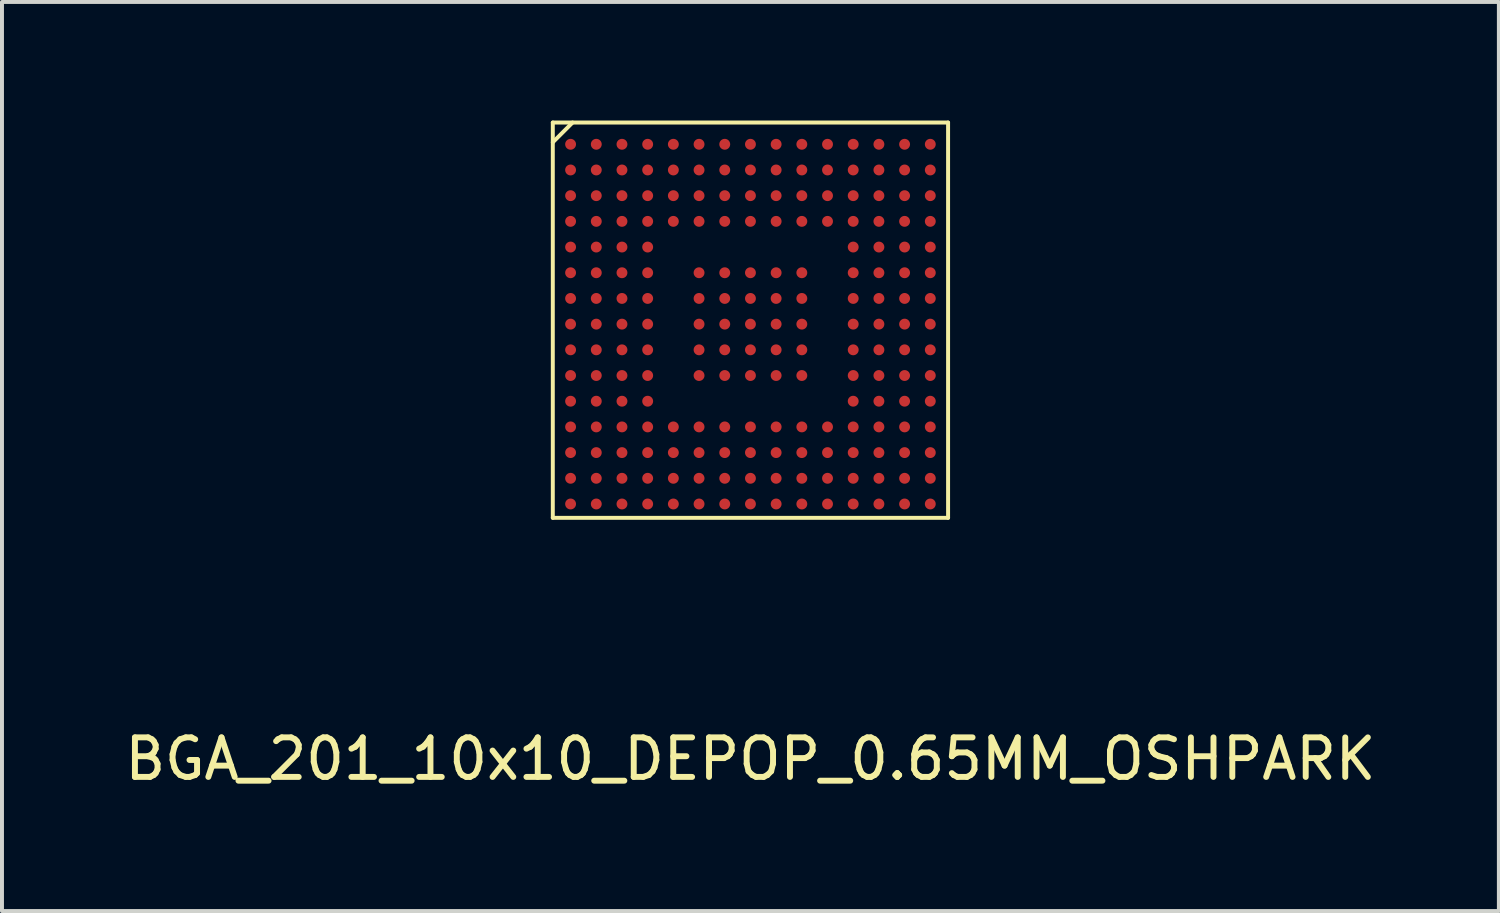
<source format=kicad_pcb>
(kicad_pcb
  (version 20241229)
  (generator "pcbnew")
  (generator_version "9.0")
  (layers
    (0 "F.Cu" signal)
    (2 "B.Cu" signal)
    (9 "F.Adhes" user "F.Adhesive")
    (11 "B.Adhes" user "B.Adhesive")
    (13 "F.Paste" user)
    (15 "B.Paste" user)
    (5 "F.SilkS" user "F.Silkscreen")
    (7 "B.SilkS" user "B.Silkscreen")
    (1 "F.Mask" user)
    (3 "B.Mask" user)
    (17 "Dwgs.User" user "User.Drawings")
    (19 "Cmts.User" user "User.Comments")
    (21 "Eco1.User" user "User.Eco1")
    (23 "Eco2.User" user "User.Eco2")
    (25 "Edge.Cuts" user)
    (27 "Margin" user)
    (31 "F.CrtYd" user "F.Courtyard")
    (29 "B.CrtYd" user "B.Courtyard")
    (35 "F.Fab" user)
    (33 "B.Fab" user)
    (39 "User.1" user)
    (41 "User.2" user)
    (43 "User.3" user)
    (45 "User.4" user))
  (footprint "BGA_201_10x10_DEPOP_0.65MM_OSHPARK"
    (layer "F.Cu")
    (at 15.935 5.15)
    (property "Reference" "BGA_201_10x10_DEPOP_0.65MM_OSHPARK" (at 0 11 0) (unlocked yes) (layer "F.SilkS") (effects (font (size 1 1) (thickness 0.15))))
    (attr smd)
    (fp_line (start -5 -5.1) (end -5 4.9) (stroke (width 0.1) (type solid)) (layer "F.SilkS"))
    (fp_line (start -5 -5.1) (end 5 -5.1) (stroke (width 0.1) (type solid)) (layer "F.SilkS"))
    (fp_line (start -5 4.9) (end 5 4.9) (stroke (width 0.1) (type solid)) (layer "F.SilkS"))
    (fp_line (start -4.5 -5.1) (end -5 -4.6) (stroke (width 0.1) (type solid)) (layer "F.SilkS"))
    (fp_line (start 5 4.9) (end 5 -5.1) (stroke (width 0.1) (type solid)) (layer "F.SilkS"))
    (pad "A1" smd circle (at -4.55 -4.55) (size 0.275 0.275) (layers "F.Cu" "F.Mask" "F.Paste"))
    (pad "A2" smd circle (at -4.55 -3.9) (size 0.275 0.275) (layers "F.Cu" "F.Mask" "F.Paste"))
    (pad "A3" smd circle (at -4.55 -3.25) (size 0.275 0.275) (layers "F.Cu" "F.Mask" "F.Paste"))
    (pad "A4" smd circle (at -4.55 -2.6) (size 0.275 0.275) (layers "F.Cu" "F.Mask" "F.Paste"))
    (pad "A5" smd circle (at -4.55 -1.95) (size 0.275 0.275) (layers "F.Cu" "F.Mask" "F.Paste"))
    (pad "A6" smd circle (at -4.55 -1.3) (size 0.275 0.275) (layers "F.Cu" "F.Mask" "F.Paste"))
    (pad "A7" smd circle (at -4.55 -0.65) (size 0.275 0.275) (layers "F.Cu" "F.Mask" "F.Paste"))
    (pad "A8" smd circle (at -4.55 0) (size 0.275 0.275) (layers "F.Cu" "F.Mask" "F.Paste"))
    (pad "A9" smd circle (at -4.55 0.65) (size 0.275 0.275) (layers "F.Cu" "F.Mask" "F.Paste"))
    (pad "A10" smd circle (at -4.55 1.3) (size 0.275 0.275) (layers "F.Cu" "F.Mask" "F.Paste"))
    (pad "A11" smd circle (at -4.55 1.95) (size 0.275 0.275) (layers "F.Cu" "F.Mask" "F.Paste"))
    (pad "A12" smd circle (at -4.55 2.6) (size 0.275 0.275) (layers "F.Cu" "F.Mask" "F.Paste"))
    (pad "A13" smd circle (at -4.55 3.25) (size 0.275 0.275) (layers "F.Cu" "F.Mask" "F.Paste"))
    (pad "A14" smd circle (at -4.55 3.9) (size 0.275 0.275) (layers "F.Cu" "F.Mask" "F.Paste"))
    (pad "A15" smd circle (at -4.55 4.55) (size 0.275 0.275) (layers "F.Cu" "F.Mask" "F.Paste"))
    (pad "B1" smd circle (at -3.9 -4.55) (size 0.275 0.275) (layers "F.Cu" "F.Mask" "F.Paste"))
    (pad "B2" smd circle (at -3.9 -3.9) (size 0.275 0.275) (layers "F.Cu" "F.Mask" "F.Paste"))
    (pad "B3" smd circle (at -3.9 -3.25) (size 0.275 0.275) (layers "F.Cu" "F.Mask" "F.Paste"))
    (pad "B4" smd circle (at -3.9 -2.6) (size 0.275 0.275) (layers "F.Cu" "F.Mask" "F.Paste"))
    (pad "B5" smd circle (at -3.9 -1.95) (size 0.275 0.275) (layers "F.Cu" "F.Mask" "F.Paste"))
    (pad "B6" smd circle (at -3.9 -1.3) (size 0.275 0.275) (layers "F.Cu" "F.Mask" "F.Paste"))
    (pad "B7" smd circle (at -3.9 -0.65) (size 0.275 0.275) (layers "F.Cu" "F.Mask" "F.Paste"))
    (pad "B8" smd circle (at -3.9 0) (size 0.275 0.275) (layers "F.Cu" "F.Mask" "F.Paste"))
    (pad "B9" smd circle (at -3.9 0.65) (size 0.275 0.275) (layers "F.Cu" "F.Mask" "F.Paste"))
    (pad "B10" smd circle (at -3.9 1.3) (size 0.275 0.275) (layers "F.Cu" "F.Mask" "F.Paste"))
    (pad "B11" smd circle (at -3.9 1.95) (size 0.275 0.275) (layers "F.Cu" "F.Mask" "F.Paste"))
    (pad "B12" smd circle (at -3.9 2.6) (size 0.275 0.275) (layers "F.Cu" "F.Mask" "F.Paste"))
    (pad "B13" smd circle (at -3.9 3.25) (size 0.275 0.275) (layers "F.Cu" "F.Mask" "F.Paste"))
    (pad "B14" smd circle (at -3.9 3.9) (size 0.275 0.275) (layers "F.Cu" "F.Mask" "F.Paste"))
    (pad "B15" smd circle (at -3.9 4.55) (size 0.275 0.275) (layers "F.Cu" "F.Mask" "F.Paste"))
    (pad "C1" smd circle (at -3.25 -4.55) (size 0.275 0.275) (layers "F.Cu" "F.Mask" "F.Paste"))
    (pad "C2" smd circle (at -3.25 -3.9) (size 0.275 0.275) (layers "F.Cu" "F.Mask" "F.Paste"))
    (pad "C3" smd circle (at -3.25 -3.25) (size 0.275 0.275) (layers "F.Cu" "F.Mask" "F.Paste"))
    (pad "C4" smd circle (at -3.25 -2.6) (size 0.275 0.275) (layers "F.Cu" "F.Mask" "F.Paste"))
    (pad "C5" smd circle (at -3.25 -1.95) (size 0.275 0.275) (layers "F.Cu" "F.Mask" "F.Paste"))
    (pad "C6" smd circle (at -3.25 -1.3) (size 0.275 0.275) (layers "F.Cu" "F.Mask" "F.Paste"))
    (pad "C7" smd circle (at -3.25 -0.65) (size 0.275 0.275) (layers "F.Cu" "F.Mask" "F.Paste"))
    (pad "C8" smd circle (at -3.25 0) (size 0.275 0.275) (layers "F.Cu" "F.Mask" "F.Paste"))
    (pad "C9" smd circle (at -3.25 0.65) (size 0.275 0.275) (layers "F.Cu" "F.Mask" "F.Paste"))
    (pad "C10" smd circle (at -3.25 1.3) (size 0.275 0.275) (layers "F.Cu" "F.Mask" "F.Paste"))
    (pad "C11" smd circle (at -3.25 1.95) (size 0.275 0.275) (layers "F.Cu" "F.Mask" "F.Paste"))
    (pad "C12" smd circle (at -3.25 2.6) (size 0.275 0.275) (layers "F.Cu" "F.Mask" "F.Paste"))
    (pad "C13" smd circle (at -3.25 3.25) (size 0.275 0.275) (layers "F.Cu" "F.Mask" "F.Paste"))
    (pad "C14" smd circle (at -3.25 3.9) (size 0.275 0.275) (layers "F.Cu" "F.Mask" "F.Paste"))
    (pad "C15" smd circle (at -3.25 4.55) (size 0.275 0.275) (layers "F.Cu" "F.Mask" "F.Paste"))
    (pad "D1" smd circle (at -2.6 -4.55) (size 0.275 0.275) (layers "F.Cu" "F.Mask" "F.Paste"))
    (pad "D2" smd circle (at -2.6 -3.9) (size 0.275 0.275) (layers "F.Cu" "F.Mask" "F.Paste"))
    (pad "D3" smd circle (at -2.6 -3.25) (size 0.275 0.275) (layers "F.Cu" "F.Mask" "F.Paste"))
    (pad "D4" smd circle (at -2.6 -2.6) (size 0.275 0.275) (layers "F.Cu" "F.Mask" "F.Paste"))
    (pad "D5" smd circle (at -2.6 -1.95) (size 0.275 0.275) (layers "F.Cu" "F.Mask" "F.Paste"))
    (pad "D6" smd circle (at -2.6 -1.3) (size 0.275 0.275) (layers "F.Cu" "F.Mask" "F.Paste"))
    (pad "D7" smd circle (at -2.6 -0.65) (size 0.275 0.275) (layers "F.Cu" "F.Mask" "F.Paste"))
    (pad "D8" smd circle (at -2.6 0) (size 0.275 0.275) (layers "F.Cu" "F.Mask" "F.Paste"))
    (pad "D9" smd circle (at -2.6 0.65) (size 0.275 0.275) (layers "F.Cu" "F.Mask" "F.Paste"))
    (pad "D10" smd circle (at -2.6 1.3) (size 0.275 0.275) (layers "F.Cu" "F.Mask" "F.Paste"))
    (pad "D11" smd circle (at -2.6 1.95) (size 0.275 0.275) (layers "F.Cu" "F.Mask" "F.Paste"))
    (pad "D12" smd circle (at -2.6 2.6) (size 0.275 0.275) (layers "F.Cu" "F.Mask" "F.Paste"))
    (pad "D13" smd circle (at -2.6 3.25) (size 0.275 0.275) (layers "F.Cu" "F.Mask" "F.Paste"))
    (pad "D14" smd circle (at -2.6 3.9) (size 0.275 0.275) (layers "F.Cu" "F.Mask" "F.Paste"))
    (pad "D15" smd circle (at -2.6 4.55) (size 0.275 0.275) (layers "F.Cu" "F.Mask" "F.Paste"))
    (pad "E1" smd circle (at -1.95 -4.55) (size 0.275 0.275) (layers "F.Cu" "F.Mask" "F.Paste"))
    (pad "E2" smd circle (at -1.95 -3.9) (size 0.275 0.275) (layers "F.Cu" "F.Mask" "F.Paste"))
    (pad "E3" smd circle (at -1.95 -3.25) (size 0.275 0.275) (layers "F.Cu" "F.Mask" "F.Paste"))
    (pad "E4" smd circle (at -1.95 -2.6) (size 0.275 0.275) (layers "F.Cu" "F.Mask" "F.Paste"))
    (pad "E12" smd circle (at -1.95 2.6) (size 0.275 0.275) (layers "F.Cu" "F.Mask" "F.Paste"))
    (pad "E13" smd circle (at -1.95 3.25) (size 0.275 0.275) (layers "F.Cu" "F.Mask" "F.Paste"))
    (pad "E14" smd circle (at -1.95 3.9) (size 0.275 0.275) (layers "F.Cu" "F.Mask" "F.Paste"))
    (pad "E15" smd circle (at -1.95 4.55) (size 0.275 0.275) (layers "F.Cu" "F.Mask" "F.Paste"))
    (pad "F1" smd circle (at -1.3 -4.55) (size 0.275 0.275) (layers "F.Cu" "F.Mask" "F.Paste"))
    (pad "F2" smd circle (at -1.3 -3.9) (size 0.275 0.275) (layers "F.Cu" "F.Mask" "F.Paste"))
    (pad "F3" smd circle (at -1.3 -3.25) (size 0.275 0.275) (layers "F.Cu" "F.Mask" "F.Paste"))
    (pad "F4" smd circle (at -1.3 -2.6) (size 0.275 0.275) (layers "F.Cu" "F.Mask" "F.Paste"))
    (pad "F6" smd circle (at -1.3 -1.3) (size 0.275 0.275) (layers "F.Cu" "F.Mask" "F.Paste"))
    (pad "F7" smd circle (at -1.3 -0.65) (size 0.275 0.275) (layers "F.Cu" "F.Mask" "F.Paste"))
    (pad "F8" smd circle (at -1.3 0) (size 0.275 0.275) (layers "F.Cu" "F.Mask" "F.Paste"))
    (pad "F9" smd circle (at -1.3 0.65) (size 0.275 0.275) (layers "F.Cu" "F.Mask" "F.Paste"))
    (pad "F10" smd circle (at -1.3 1.3) (size 0.275 0.275) (layers "F.Cu" "F.Mask" "F.Paste"))
    (pad "F12" smd circle (at -1.3 2.6) (size 0.275 0.275) (layers "F.Cu" "F.Mask" "F.Paste"))
    (pad "F13" smd circle (at -1.3 3.25) (size 0.275 0.275) (layers "F.Cu" "F.Mask" "F.Paste"))
    (pad "F14" smd circle (at -1.3 3.9) (size 0.275 0.275) (layers "F.Cu" "F.Mask" "F.Paste"))
    (pad "F15" smd circle (at -1.3 4.55) (size 0.275 0.275) (layers "F.Cu" "F.Mask" "F.Paste"))
    (pad "G1" smd circle (at -0.65 -4.55) (size 0.275 0.275) (layers "F.Cu" "F.Mask" "F.Paste"))
    (pad "G2" smd circle (at -0.65 -3.9) (size 0.275 0.275) (layers "F.Cu" "F.Mask" "F.Paste"))
    (pad "G3" smd circle (at -0.65 -3.25) (size 0.275 0.275) (layers "F.Cu" "F.Mask" "F.Paste"))
    (pad "G4" smd circle (at -0.65 -2.6) (size 0.275 0.275) (layers "F.Cu" "F.Mask" "F.Paste"))
    (pad "G6" smd circle (at -0.65 -1.3) (size 0.275 0.275) (layers "F.Cu" "F.Mask" "F.Paste"))
    (pad "G7" smd circle (at -0.65 -0.65) (size 0.275 0.275) (layers "F.Cu" "F.Mask" "F.Paste"))
    (pad "G8" smd circle (at -0.65 0) (size 0.275 0.275) (layers "F.Cu" "F.Mask" "F.Paste"))
    (pad "G9" smd circle (at -0.65 0.65) (size 0.275 0.275) (layers "F.Cu" "F.Mask" "F.Paste"))
    (pad "G10" smd circle (at -0.65 1.3) (size 0.275 0.275) (layers "F.Cu" "F.Mask" "F.Paste"))
    (pad "G12" smd circle (at -0.65 2.6) (size 0.275 0.275) (layers "F.Cu" "F.Mask" "F.Paste"))
    (pad "G13" smd circle (at -0.65 3.25) (size 0.275 0.275) (layers "F.Cu" "F.Mask" "F.Paste"))
    (pad "G14" smd circle (at -0.65 3.9) (size 0.275 0.275) (layers "F.Cu" "F.Mask" "F.Paste"))
    (pad "G15" smd circle (at -0.65 4.55) (size 0.275 0.275) (layers "F.Cu" "F.Mask" "F.Paste"))
    (pad "H1" smd circle (at 0 -4.55) (size 0.275 0.275) (layers "F.Cu" "F.Mask" "F.Paste"))
    (pad "H2" smd circle (at 0 -3.9) (size 0.275 0.275) (layers "F.Cu" "F.Mask" "F.Paste"))
    (pad "H3" smd circle (at 0 -3.25) (size 0.275 0.275) (layers "F.Cu" "F.Mask" "F.Paste"))
    (pad "H4" smd circle (at 0 -2.6) (size 0.275 0.275) (layers "F.Cu" "F.Mask" "F.Paste"))
    (pad "H6" smd circle (at 0 -1.3) (size 0.275 0.275) (layers "F.Cu" "F.Mask" "F.Paste"))
    (pad "H7" smd circle (at 0 -0.65) (size 0.275 0.275) (layers "F.Cu" "F.Mask" "F.Paste"))
    (pad "H8" smd circle (at 0 0) (size 0.275 0.275) (layers "F.Cu" "F.Mask" "F.Paste"))
    (pad "H9" smd circle (at 0 0.65) (size 0.275 0.275) (layers "F.Cu" "F.Mask" "F.Paste"))
    (pad "H10" smd circle (at 0 1.3) (size 0.275 0.275) (layers "F.Cu" "F.Mask" "F.Paste"))
    (pad "H12" smd circle (at 0 2.6) (size 0.275 0.275) (layers "F.Cu" "F.Mask" "F.Paste"))
    (pad "H13" smd circle (at 0 3.25) (size 0.275 0.275) (layers "F.Cu" "F.Mask" "F.Paste"))
    (pad "H14" smd circle (at 0 3.9) (size 0.275 0.275) (layers "F.Cu" "F.Mask" "F.Paste"))
    (pad "H15" smd circle (at 0 4.55) (size 0.275 0.275) (layers "F.Cu" "F.Mask" "F.Paste"))
    (pad "J1" smd circle (at 0.65 -4.55) (size 0.275 0.275) (layers "F.Cu" "F.Mask" "F.Paste"))
    (pad "J2" smd circle (at 0.65 -3.9) (size 0.275 0.275) (layers "F.Cu" "F.Mask" "F.Paste"))
    (pad "J3" smd circle (at 0.65 -3.25) (size 0.275 0.275) (layers "F.Cu" "F.Mask" "F.Paste"))
    (pad "J4" smd circle (at 0.65 -2.6) (size 0.275 0.275) (layers "F.Cu" "F.Mask" "F.Paste"))
    (pad "J6" smd circle (at 0.65 -1.3) (size 0.275 0.275) (layers "F.Cu" "F.Mask" "F.Paste"))
    (pad "J7" smd circle (at 0.65 -0.65) (size 0.275 0.275) (layers "F.Cu" "F.Mask" "F.Paste"))
    (pad "J8" smd circle (at 0.65 0) (size 0.275 0.275) (layers "F.Cu" "F.Mask" "F.Paste"))
    (pad "J9" smd circle (at 0.65 0.65) (size 0.275 0.275) (layers "F.Cu" "F.Mask" "F.Paste"))
    (pad "J10" smd circle (at 0.65 1.3) (size 0.275 0.275) (layers "F.Cu" "F.Mask" "F.Paste"))
    (pad "J12" smd circle (at 0.65 2.6) (size 0.275 0.275) (layers "F.Cu" "F.Mask" "F.Paste"))
    (pad "J13" smd circle (at 0.65 3.25) (size 0.275 0.275) (layers "F.Cu" "F.Mask" "F.Paste"))
    (pad "J14" smd circle (at 0.65 3.9) (size 0.275 0.275) (layers "F.Cu" "F.Mask" "F.Paste"))
    (pad "J15" smd circle (at 0.65 4.55) (size 0.275 0.275) (layers "F.Cu" "F.Mask" "F.Paste"))
    (pad "K1" smd circle (at 1.3 -4.55) (size 0.275 0.275) (layers "F.Cu" "F.Mask" "F.Paste"))
    (pad "K2" smd circle (at 1.3 -3.9) (size 0.275 0.275) (layers "F.Cu" "F.Mask" "F.Paste"))
    (pad "K3" smd circle (at 1.3 -3.25) (size 0.275 0.275) (layers "F.Cu" "F.Mask" "F.Paste"))
    (pad "K4" smd circle (at 1.3 -2.6) (size 0.275 0.275) (layers "F.Cu" "F.Mask" "F.Paste"))
    (pad "K6" smd circle (at 1.3 -1.3) (size 0.275 0.275) (layers "F.Cu" "F.Mask" "F.Paste"))
    (pad "K7" smd circle (at 1.3 -0.65) (size 0.275 0.275) (layers "F.Cu" "F.Mask" "F.Paste"))
    (pad "K8" smd circle (at 1.3 0) (size 0.275 0.275) (layers "F.Cu" "F.Mask" "F.Paste"))
    (pad "K9" smd circle (at 1.3 0.65) (size 0.275 0.275) (layers "F.Cu" "F.Mask" "F.Paste"))
    (pad "K10" smd circle (at 1.3 1.3) (size 0.275 0.275) (layers "F.Cu" "F.Mask" "F.Paste"))
    (pad "K12" smd circle (at 1.3 2.6) (size 0.275 0.275) (layers "F.Cu" "F.Mask" "F.Paste"))
    (pad "K13" smd circle (at 1.3 3.25) (size 0.275 0.275) (layers "F.Cu" "F.Mask" "F.Paste"))
    (pad "K14" smd circle (at 1.3 3.9) (size 0.275 0.275) (layers "F.Cu" "F.Mask" "F.Paste"))
    (pad "K15" smd circle (at 1.3 4.55) (size 0.275 0.275) (layers "F.Cu" "F.Mask" "F.Paste"))
    (pad "L1" smd circle (at 1.95 -4.55) (size 0.275 0.275) (layers "F.Cu" "F.Mask" "F.Paste"))
    (pad "L2" smd circle (at 1.95 -3.9) (size 0.275 0.275) (layers "F.Cu" "F.Mask" "F.Paste"))
    (pad "L3" smd circle (at 1.95 -3.25) (size 0.275 0.275) (layers "F.Cu" "F.Mask" "F.Paste"))
    (pad "L4" smd circle (at 1.95 -2.6) (size 0.275 0.275) (layers "F.Cu" "F.Mask" "F.Paste"))
    (pad "L12" smd circle (at 1.95 2.6) (size 0.275 0.275) (layers "F.Cu" "F.Mask" "F.Paste"))
    (pad "L13" smd circle (at 1.95 3.25) (size 0.275 0.275) (layers "F.Cu" "F.Mask" "F.Paste"))
    (pad "L14" smd circle (at 1.95 3.9) (size 0.275 0.275) (layers "F.Cu" "F.Mask" "F.Paste"))
    (pad "L15" smd circle (at 1.95 4.55) (size 0.275 0.275) (layers "F.Cu" "F.Mask" "F.Paste"))
    (pad "M1" smd circle (at 2.6 -4.55) (size 0.275 0.275) (layers "F.Cu" "F.Mask" "F.Paste"))
    (pad "M2" smd circle (at 2.6 -3.9) (size 0.275 0.275) (layers "F.Cu" "F.Mask" "F.Paste"))
    (pad "M3" smd circle (at 2.6 -3.25) (size 0.275 0.275) (layers "F.Cu" "F.Mask" "F.Paste"))
    (pad "M4" smd circle (at 2.6 -2.6) (size 0.275 0.275) (layers "F.Cu" "F.Mask" "F.Paste"))
    (pad "M5" smd circle (at 2.6 -1.95) (size 0.275 0.275) (layers "F.Cu" "F.Mask" "F.Paste"))
    (pad "M6" smd circle (at 2.6 -1.3) (size 0.275 0.275) (layers "F.Cu" "F.Mask" "F.Paste"))
    (pad "M7" smd circle (at 2.6 -0.65) (size 0.275 0.275) (layers "F.Cu" "F.Mask" "F.Paste"))
    (pad "M8" smd circle (at 2.6 0) (size 0.275 0.275) (layers "F.Cu" "F.Mask" "F.Paste"))
    (pad "M9" smd circle (at 2.6 0.65) (size 0.275 0.275) (layers "F.Cu" "F.Mask" "F.Paste"))
    (pad "M10" smd circle (at 2.6 1.3) (size 0.275 0.275) (layers "F.Cu" "F.Mask" "F.Paste"))
    (pad "M11" smd circle (at 2.6 1.95) (size 0.275 0.275) (layers "F.Cu" "F.Mask" "F.Paste"))
    (pad "M12" smd circle (at 2.6 2.6) (size 0.275 0.275) (layers "F.Cu" "F.Mask" "F.Paste"))
    (pad "M13" smd circle (at 2.6 3.25) (size 0.275 0.275) (layers "F.Cu" "F.Mask" "F.Paste"))
    (pad "M14" smd circle (at 2.6 3.9) (size 0.275 0.275) (layers "F.Cu" "F.Mask" "F.Paste"))
    (pad "M15" smd circle (at 2.6 4.55) (size 0.275 0.275) (layers "F.Cu" "F.Mask" "F.Paste"))
    (pad "N1" smd circle (at 3.25 -4.55) (size 0.275 0.275) (layers "F.Cu" "F.Mask" "F.Paste"))
    (pad "N2" smd circle (at 3.25 -3.9) (size 0.275 0.275) (layers "F.Cu" "F.Mask" "F.Paste"))
    (pad "N3" smd circle (at 3.25 -3.25) (size 0.275 0.275) (layers "F.Cu" "F.Mask" "F.Paste"))
    (pad "N4" smd circle (at 3.25 -2.6) (size 0.275 0.275) (layers "F.Cu" "F.Mask" "F.Paste"))
    (pad "N5" smd circle (at 3.25 -1.95) (size 0.275 0.275) (layers "F.Cu" "F.Mask" "F.Paste"))
    (pad "N6" smd circle (at 3.25 -1.3) (size 0.275 0.275) (layers "F.Cu" "F.Mask" "F.Paste"))
    (pad "N7" smd circle (at 3.25 -0.65) (size 0.275 0.275) (layers "F.Cu" "F.Mask" "F.Paste"))
    (pad "N8" smd circle (at 3.25 0) (size 0.275 0.275) (layers "F.Cu" "F.Mask" "F.Paste"))
    (pad "N9" smd circle (at 3.25 0.65) (size 0.275 0.275) (layers "F.Cu" "F.Mask" "F.Paste"))
    (pad "N10" smd circle (at 3.25 1.3) (size 0.275 0.275) (layers "F.Cu" "F.Mask" "F.Paste"))
    (pad "N11" smd circle (at 3.25 1.95) (size 0.275 0.275) (layers "F.Cu" "F.Mask" "F.Paste"))
    (pad "N12" smd circle (at 3.25 2.6) (size 0.275 0.275) (layers "F.Cu" "F.Mask" "F.Paste"))
    (pad "N13" smd circle (at 3.25 3.25) (size 0.275 0.275) (layers "F.Cu" "F.Mask" "F.Paste"))
    (pad "N14" smd circle (at 3.25 3.9) (size 0.275 0.275) (layers "F.Cu" "F.Mask" "F.Paste"))
    (pad "N15" smd circle (at 3.25 4.55) (size 0.275 0.275) (layers "F.Cu" "F.Mask" "F.Paste"))
    (pad "P1" smd circle (at 3.9 -4.55) (size 0.275 0.275) (layers "F.Cu" "F.Mask" "F.Paste"))
    (pad "P2" smd circle (at 3.9 -3.9) (size 0.275 0.275) (layers "F.Cu" "F.Mask" "F.Paste"))
    (pad "P3" smd circle (at 3.9 -3.25) (size 0.275 0.275) (layers "F.Cu" "F.Mask" "F.Paste"))
    (pad "P4" smd circle (at 3.9 -2.6) (size 0.275 0.275) (layers "F.Cu" "F.Mask" "F.Paste"))
    (pad "P5" smd circle (at 3.9 -1.95) (size 0.275 0.275) (layers "F.Cu" "F.Mask" "F.Paste"))
    (pad "P6" smd circle (at 3.9 -1.3) (size 0.275 0.275) (layers "F.Cu" "F.Mask" "F.Paste"))
    (pad "P7" smd circle (at 3.9 -0.65) (size 0.275 0.275) (layers "F.Cu" "F.Mask" "F.Paste"))
    (pad "P8" smd circle (at 3.9 0) (size 0.275 0.275) (layers "F.Cu" "F.Mask" "F.Paste"))
    (pad "P9" smd circle (at 3.9 0.65) (size 0.275 0.275) (layers "F.Cu" "F.Mask" "F.Paste"))
    (pad "P10" smd circle (at 3.9 1.3) (size 0.275 0.275) (layers "F.Cu" "F.Mask" "F.Paste"))
    (pad "P11" smd circle (at 3.9 1.95) (size 0.275 0.275) (layers "F.Cu" "F.Mask" "F.Paste"))
    (pad "P12" smd circle (at 3.9 2.6) (size 0.275 0.275) (layers "F.Cu" "F.Mask" "F.Paste"))
    (pad "P13" smd circle (at 3.9 3.25) (size 0.275 0.275) (layers "F.Cu" "F.Mask" "F.Paste"))
    (pad "P14" smd circle (at 3.9 3.9) (size 0.275 0.275) (layers "F.Cu" "F.Mask" "F.Paste"))
    (pad "P15" smd circle (at 3.9 4.55) (size 0.275 0.275) (layers "F.Cu" "F.Mask" "F.Paste"))
    (pad "R1" smd circle (at 4.55 -4.55) (size 0.275 0.275) (layers "F.Cu" "F.Mask" "F.Paste"))
    (pad "R2" smd circle (at 4.55 -3.9) (size 0.275 0.275) (layers "F.Cu" "F.Mask" "F.Paste"))
    (pad "R3" smd circle (at 4.55 -3.25) (size 0.275 0.275) (layers "F.Cu" "F.Mask" "F.Paste"))
    (pad "R4" smd circle (at 4.55 -2.6) (size 0.275 0.275) (layers "F.Cu" "F.Mask" "F.Paste"))
    (pad "R5" smd circle (at 4.55 -1.95) (size 0.275 0.275) (layers "F.Cu" "F.Mask" "F.Paste"))
    (pad "R6" smd circle (at 4.55 -1.3) (size 0.275 0.275) (layers "F.Cu" "F.Mask" "F.Paste"))
    (pad "R7" smd circle (at 4.55 -0.65) (size 0.275 0.275) (layers "F.Cu" "F.Mask" "F.Paste"))
    (pad "R8" smd circle (at 4.55 0) (size 0.275 0.275) (layers "F.Cu" "F.Mask" "F.Paste"))
    (pad "R9" smd circle (at 4.55 0.65) (size 0.275 0.275) (layers "F.Cu" "F.Mask" "F.Paste"))
    (pad "R10" smd circle (at 4.55 1.3) (size 0.275 0.275) (layers "F.Cu" "F.Mask" "F.Paste"))
    (pad "R11" smd circle (at 4.55 1.95) (size 0.275 0.275) (layers "F.Cu" "F.Mask" "F.Paste"))
    (pad "R12" smd circle (at 4.55 2.6) (size 0.275 0.275) (layers "F.Cu" "F.Mask" "F.Paste"))
    (pad "R13" smd circle (at 4.55 3.25) (size 0.275 0.275) (layers "F.Cu" "F.Mask" "F.Paste"))
    (pad "R14" smd circle (at 4.55 3.9) (size 0.275 0.275) (layers "F.Cu" "F.Mask" "F.Paste"))
    (pad "R15" smd circle (at 4.55 4.55) (size 0.275 0.275) (layers "F.Cu" "F.Mask" "F.Paste")))
  (gr_rect
    (start -3 -3)
    (end 34.869 19.998)
    (stroke (width 0.1) (type default))
    (fill no)
    (layer "Edge.Cuts")))
</source>
